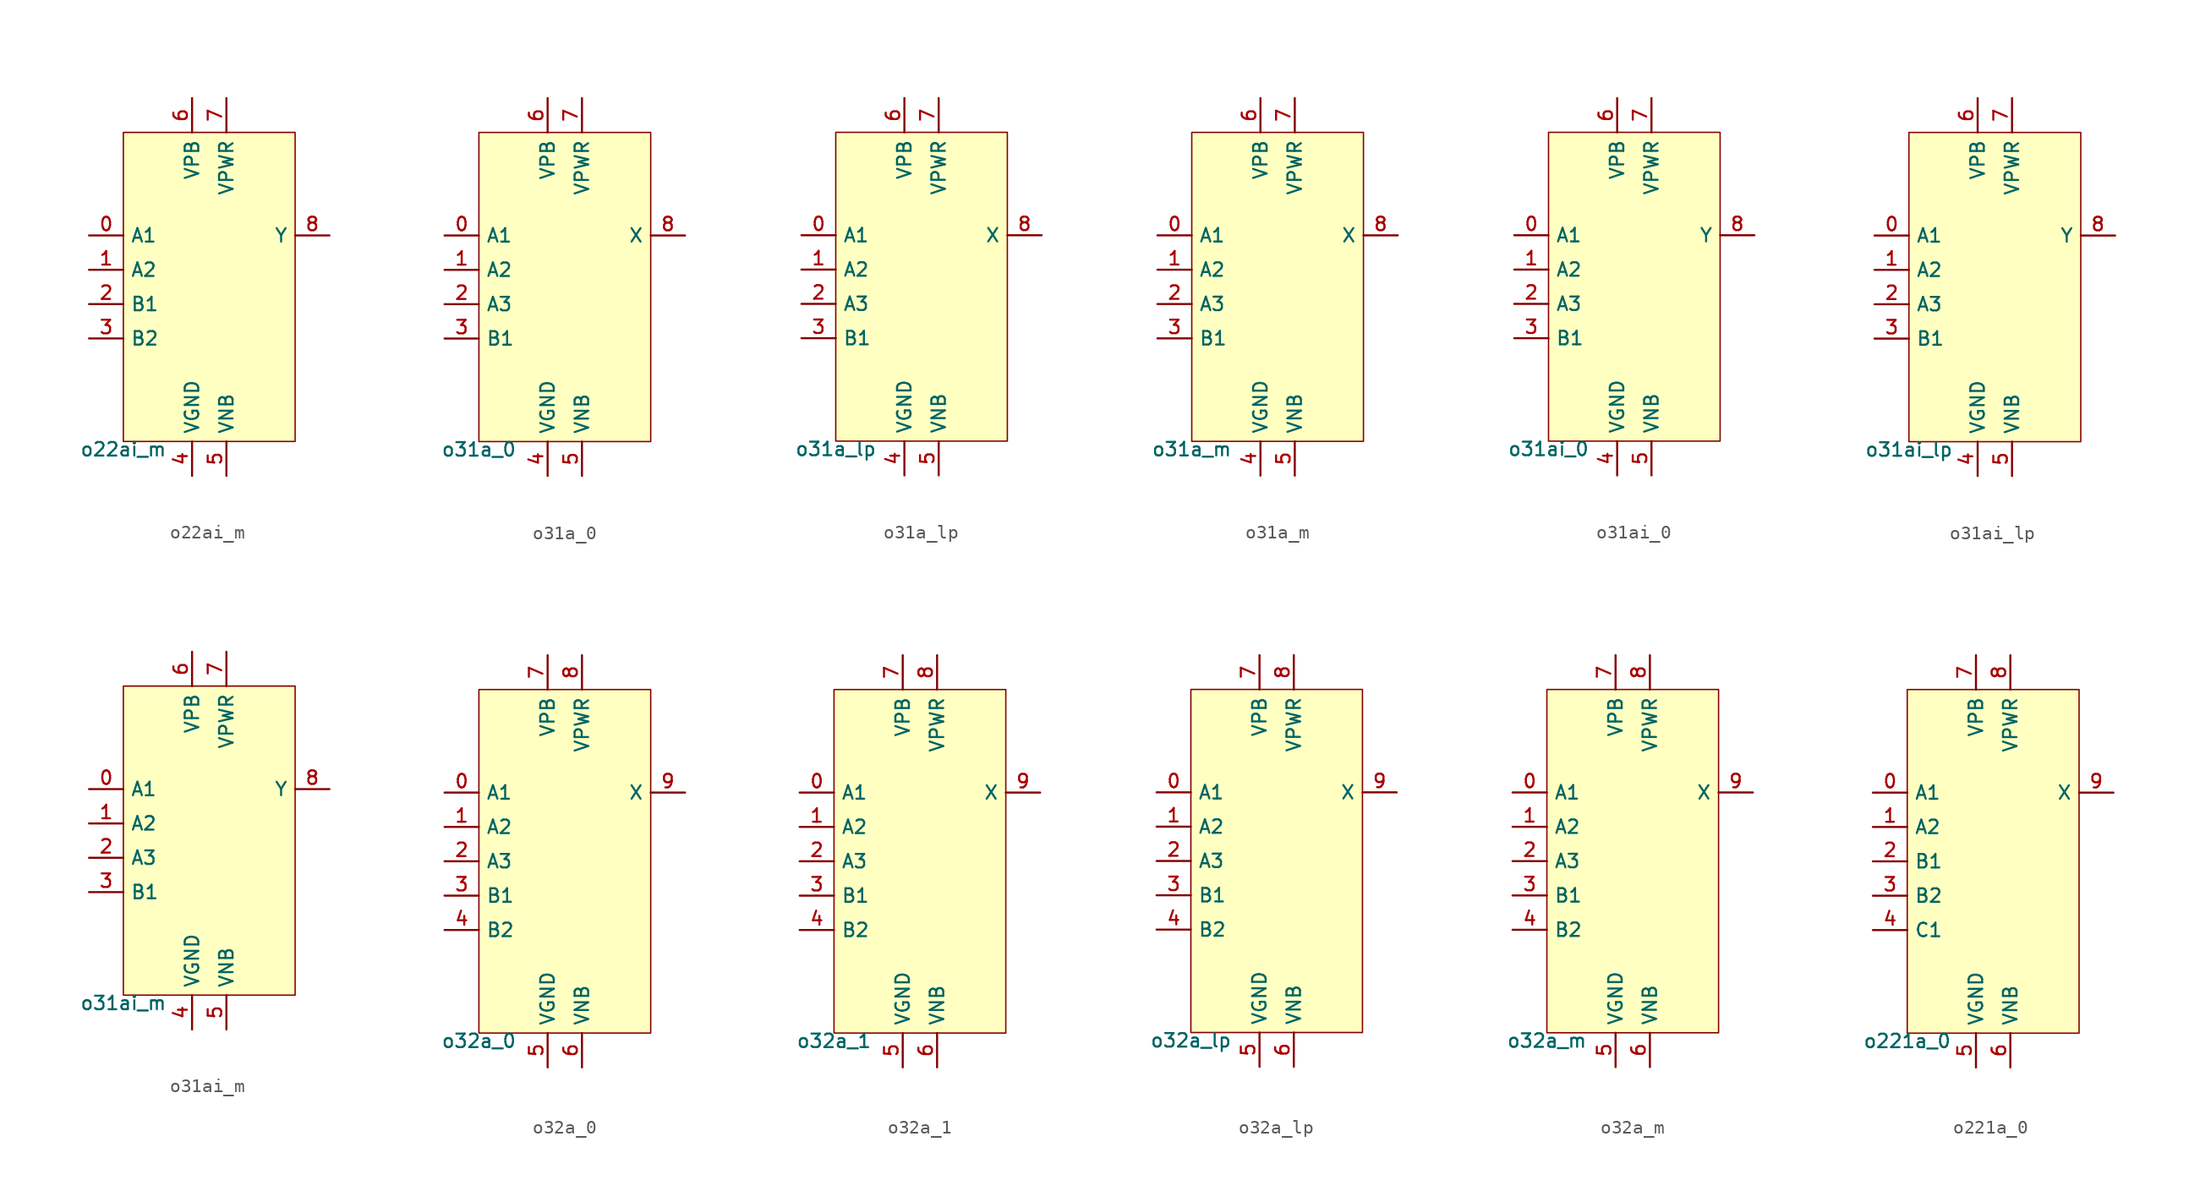
<source format=kicad_sym>
(kicad_symbol_lib
  (version 20211014)
  (generator pdk2kicad)
  (symbol "o22ai_m"
    (property "Reference" "X"
      (at 0 0 0)
      (effects (font (size 1 1)) hide))
    (property "Value" "o22ai_m"
      (at -6.35 -11.43 0)
      (effects (font (size 1 1)) (justify top)))
    (rectangle
      (start -6.35 -11.43)
      (end 6.35 11.43)
      (stroke (width 0.1) (type solid) (color 0 0 0 0))
      (fill (type background)))
    (pin input line
      (at -8.89 3.81 0)
      (length 2.54)
      (name "A1" (effects (font (size 1 1)) hide))
      (number "0" (effects (font (size 1 1)) hide)))
    (pin input line
      (at -8.89 1.27 0)
      (length 2.54)
      (name "A2" (effects (font (size 1 1)) hide))
      (number "1" (effects (font (size 1 1)) hide)))
    (pin input line
      (at -8.89 -1.27 0)
      (length 2.54)
      (name "B1" (effects (font (size 1 1)) hide))
      (number "2" (effects (font (size 1 1)) hide)))
    (pin input line
      (at -8.89 -3.81 0)
      (length 2.54)
      (name "B2" (effects (font (size 1 1)) hide))
      (number "3" (effects (font (size 1 1)) hide)))
    (pin power_in line
      (at -1.27 -13.97 90)
      (length 2.54)
      (name "VGND" (effects (font (size 1 1)) hide))
      (number "4" (effects (font (size 1 1)) hide)))
    (pin power_in line
      (at 1.27 -13.97 90)
      (length 2.54)
      (name "VNB" (effects (font (size 1 1)) hide))
      (number "5" (effects (font (size 1 1)) hide)))
    (pin power_in line
      (at -1.27 13.97 270)
      (length 2.54)
      (name "VPB" (effects (font (size 1 1)) hide))
      (number "6" (effects (font (size 1 1)) hide)))
    (pin power_in line
      (at 1.27 13.97 270)
      (length 2.54)
      (name "VPWR" (effects (font (size 1 1)) hide))
      (number "7" (effects (font (size 1 1)) hide)))
    (pin output line
      (at 8.89 3.81 180)
      (length 2.54)
      (name "Y" (effects (font (size 1 1)) hide))
      (number "8" (effects (font (size 1 1)) hide))))
  (symbol "o31a_0"
    (property "Reference" "X"
      (at 0 0 0)
      (effects (font (size 1 1)) hide))
    (property "Value" "o31a_0"
      (at -6.35 -11.43 0)
      (effects (font (size 1 1)) (justify top)))
    (rectangle
      (start -6.35 -11.43)
      (end 6.35 11.43)
      (stroke (width 0.1) (type solid) (color 0 0 0 0))
      (fill (type background)))
    (pin input line
      (at -8.89 3.81 0)
      (length 2.54)
      (name "A1" (effects (font (size 1 1)) hide))
      (number "0" (effects (font (size 1 1)) hide)))
    (pin input line
      (at -8.89 1.27 0)
      (length 2.54)
      (name "A2" (effects (font (size 1 1)) hide))
      (number "1" (effects (font (size 1 1)) hide)))
    (pin input line
      (at -8.89 -1.27 0)
      (length 2.54)
      (name "A3" (effects (font (size 1 1)) hide))
      (number "2" (effects (font (size 1 1)) hide)))
    (pin input line
      (at -8.89 -3.81 0)
      (length 2.54)
      (name "B1" (effects (font (size 1 1)) hide))
      (number "3" (effects (font (size 1 1)) hide)))
    (pin power_in line
      (at -1.27 -13.97 90)
      (length 2.54)
      (name "VGND" (effects (font (size 1 1)) hide))
      (number "4" (effects (font (size 1 1)) hide)))
    (pin power_in line
      (at 1.27 -13.97 90)
      (length 2.54)
      (name "VNB" (effects (font (size 1 1)) hide))
      (number "5" (effects (font (size 1 1)) hide)))
    (pin power_in line
      (at -1.27 13.97 270)
      (length 2.54)
      (name "VPB" (effects (font (size 1 1)) hide))
      (number "6" (effects (font (size 1 1)) hide)))
    (pin power_in line
      (at 1.27 13.97 270)
      (length 2.54)
      (name "VPWR" (effects (font (size 1 1)) hide))
      (number "7" (effects (font (size 1 1)) hide)))
    (pin output line
      (at 8.89 3.81 180)
      (length 2.54)
      (name "X" (effects (font (size 1 1)) hide))
      (number "8" (effects (font (size 1 1)) hide))))
  (symbol "o31a_lp"
    (property "Reference" "X"
      (at 0 0 0)
      (effects (font (size 1 1)) hide))
    (property "Value" "o31a_lp"
      (at -6.35 -11.43 0)
      (effects (font (size 1 1)) (justify top)))
    (rectangle
      (start -6.35 -11.43)
      (end 6.35 11.43)
      (stroke (width 0.1) (type solid) (color 0 0 0 0))
      (fill (type background)))
    (pin input line
      (at -8.89 3.81 0)
      (length 2.54)
      (name "A1" (effects (font (size 1 1)) hide))
      (number "0" (effects (font (size 1 1)) hide)))
    (pin input line
      (at -8.89 1.27 0)
      (length 2.54)
      (name "A2" (effects (font (size 1 1)) hide))
      (number "1" (effects (font (size 1 1)) hide)))
    (pin input line
      (at -8.89 -1.27 0)
      (length 2.54)
      (name "A3" (effects (font (size 1 1)) hide))
      (number "2" (effects (font (size 1 1)) hide)))
    (pin input line
      (at -8.89 -3.81 0)
      (length 2.54)
      (name "B1" (effects (font (size 1 1)) hide))
      (number "3" (effects (font (size 1 1)) hide)))
    (pin power_in line
      (at -1.27 -13.97 90)
      (length 2.54)
      (name "VGND" (effects (font (size 1 1)) hide))
      (number "4" (effects (font (size 1 1)) hide)))
    (pin power_in line
      (at 1.27 -13.97 90)
      (length 2.54)
      (name "VNB" (effects (font (size 1 1)) hide))
      (number "5" (effects (font (size 1 1)) hide)))
    (pin power_in line
      (at -1.27 13.97 270)
      (length 2.54)
      (name "VPB" (effects (font (size 1 1)) hide))
      (number "6" (effects (font (size 1 1)) hide)))
    (pin power_in line
      (at 1.27 13.97 270)
      (length 2.54)
      (name "VPWR" (effects (font (size 1 1)) hide))
      (number "7" (effects (font (size 1 1)) hide)))
    (pin output line
      (at 8.89 3.81 180)
      (length 2.54)
      (name "X" (effects (font (size 1 1)) hide))
      (number "8" (effects (font (size 1 1)) hide))))
  (symbol "o31a_m"
    (property "Reference" "X"
      (at 0 0 0)
      (effects (font (size 1 1)) hide))
    (property "Value" "o31a_m"
      (at -6.35 -11.43 0)
      (effects (font (size 1 1)) (justify top)))
    (rectangle
      (start -6.35 -11.43)
      (end 6.35 11.43)
      (stroke (width 0.1) (type solid) (color 0 0 0 0))
      (fill (type background)))
    (pin input line
      (at -8.89 3.81 0)
      (length 2.54)
      (name "A1" (effects (font (size 1 1)) hide))
      (number "0" (effects (font (size 1 1)) hide)))
    (pin input line
      (at -8.89 1.27 0)
      (length 2.54)
      (name "A2" (effects (font (size 1 1)) hide))
      (number "1" (effects (font (size 1 1)) hide)))
    (pin input line
      (at -8.89 -1.27 0)
      (length 2.54)
      (name "A3" (effects (font (size 1 1)) hide))
      (number "2" (effects (font (size 1 1)) hide)))
    (pin input line
      (at -8.89 -3.81 0)
      (length 2.54)
      (name "B1" (effects (font (size 1 1)) hide))
      (number "3" (effects (font (size 1 1)) hide)))
    (pin power_in line
      (at -1.27 -13.97 90)
      (length 2.54)
      (name "VGND" (effects (font (size 1 1)) hide))
      (number "4" (effects (font (size 1 1)) hide)))
    (pin power_in line
      (at 1.27 -13.97 90)
      (length 2.54)
      (name "VNB" (effects (font (size 1 1)) hide))
      (number "5" (effects (font (size 1 1)) hide)))
    (pin power_in line
      (at -1.27 13.97 270)
      (length 2.54)
      (name "VPB" (effects (font (size 1 1)) hide))
      (number "6" (effects (font (size 1 1)) hide)))
    (pin power_in line
      (at 1.27 13.97 270)
      (length 2.54)
      (name "VPWR" (effects (font (size 1 1)) hide))
      (number "7" (effects (font (size 1 1)) hide)))
    (pin output line
      (at 8.89 3.81 180)
      (length 2.54)
      (name "X" (effects (font (size 1 1)) hide))
      (number "8" (effects (font (size 1 1)) hide))))
  (symbol "o31ai_0"
    (property "Reference" "X"
      (at 0 0 0)
      (effects (font (size 1 1)) hide))
    (property "Value" "o31ai_0"
      (at -6.35 -11.43 0)
      (effects (font (size 1 1)) (justify top)))
    (rectangle
      (start -6.35 -11.43)
      (end 6.35 11.43)
      (stroke (width 0.1) (type solid) (color 0 0 0 0))
      (fill (type background)))
    (pin input line
      (at -8.89 3.81 0)
      (length 2.54)
      (name "A1" (effects (font (size 1 1)) hide))
      (number "0" (effects (font (size 1 1)) hide)))
    (pin input line
      (at -8.89 1.27 0)
      (length 2.54)
      (name "A2" (effects (font (size 1 1)) hide))
      (number "1" (effects (font (size 1 1)) hide)))
    (pin input line
      (at -8.89 -1.27 0)
      (length 2.54)
      (name "A3" (effects (font (size 1 1)) hide))
      (number "2" (effects (font (size 1 1)) hide)))
    (pin input line
      (at -8.89 -3.81 0)
      (length 2.54)
      (name "B1" (effects (font (size 1 1)) hide))
      (number "3" (effects (font (size 1 1)) hide)))
    (pin power_in line
      (at -1.27 -13.97 90)
      (length 2.54)
      (name "VGND" (effects (font (size 1 1)) hide))
      (number "4" (effects (font (size 1 1)) hide)))
    (pin power_in line
      (at 1.27 -13.97 90)
      (length 2.54)
      (name "VNB" (effects (font (size 1 1)) hide))
      (number "5" (effects (font (size 1 1)) hide)))
    (pin power_in line
      (at -1.27 13.97 270)
      (length 2.54)
      (name "VPB" (effects (font (size 1 1)) hide))
      (number "6" (effects (font (size 1 1)) hide)))
    (pin power_in line
      (at 1.27 13.97 270)
      (length 2.54)
      (name "VPWR" (effects (font (size 1 1)) hide))
      (number "7" (effects (font (size 1 1)) hide)))
    (pin output line
      (at 8.89 3.81 180)
      (length 2.54)
      (name "Y" (effects (font (size 1 1)) hide))
      (number "8" (effects (font (size 1 1)) hide))))
  (symbol "o31ai_lp"
    (property "Reference" "X"
      (at 0 0 0)
      (effects (font (size 1 1)) hide))
    (property "Value" "o31ai_lp"
      (at -6.35 -11.43 0)
      (effects (font (size 1 1)) (justify top)))
    (rectangle
      (start -6.35 -11.43)
      (end 6.35 11.43)
      (stroke (width 0.1) (type solid) (color 0 0 0 0))
      (fill (type background)))
    (pin input line
      (at -8.89 3.81 0)
      (length 2.54)
      (name "A1" (effects (font (size 1 1)) hide))
      (number "0" (effects (font (size 1 1)) hide)))
    (pin input line
      (at -8.89 1.27 0)
      (length 2.54)
      (name "A2" (effects (font (size 1 1)) hide))
      (number "1" (effects (font (size 1 1)) hide)))
    (pin input line
      (at -8.89 -1.27 0)
      (length 2.54)
      (name "A3" (effects (font (size 1 1)) hide))
      (number "2" (effects (font (size 1 1)) hide)))
    (pin input line
      (at -8.89 -3.81 0)
      (length 2.54)
      (name "B1" (effects (font (size 1 1)) hide))
      (number "3" (effects (font (size 1 1)) hide)))
    (pin power_in line
      (at -1.27 -13.97 90)
      (length 2.54)
      (name "VGND" (effects (font (size 1 1)) hide))
      (number "4" (effects (font (size 1 1)) hide)))
    (pin power_in line
      (at 1.27 -13.97 90)
      (length 2.54)
      (name "VNB" (effects (font (size 1 1)) hide))
      (number "5" (effects (font (size 1 1)) hide)))
    (pin power_in line
      (at -1.27 13.97 270)
      (length 2.54)
      (name "VPB" (effects (font (size 1 1)) hide))
      (number "6" (effects (font (size 1 1)) hide)))
    (pin power_in line
      (at 1.27 13.97 270)
      (length 2.54)
      (name "VPWR" (effects (font (size 1 1)) hide))
      (number "7" (effects (font (size 1 1)) hide)))
    (pin output line
      (at 8.89 3.81 180)
      (length 2.54)
      (name "Y" (effects (font (size 1 1)) hide))
      (number "8" (effects (font (size 1 1)) hide))))
  (symbol "o31ai_m"
    (property "Reference" "X"
      (at 0 0 0)
      (effects (font (size 1 1)) hide))
    (property "Value" "o31ai_m"
      (at -6.35 -11.43 0)
      (effects (font (size 1 1)) (justify top)))
    (rectangle
      (start -6.35 -11.43)
      (end 6.35 11.43)
      (stroke (width 0.1) (type solid) (color 0 0 0 0))
      (fill (type background)))
    (pin input line
      (at -8.89 3.81 0)
      (length 2.54)
      (name "A1" (effects (font (size 1 1)) hide))
      (number "0" (effects (font (size 1 1)) hide)))
    (pin input line
      (at -8.89 1.27 0)
      (length 2.54)
      (name "A2" (effects (font (size 1 1)) hide))
      (number "1" (effects (font (size 1 1)) hide)))
    (pin input line
      (at -8.89 -1.27 0)
      (length 2.54)
      (name "A3" (effects (font (size 1 1)) hide))
      (number "2" (effects (font (size 1 1)) hide)))
    (pin input line
      (at -8.89 -3.81 0)
      (length 2.54)
      (name "B1" (effects (font (size 1 1)) hide))
      (number "3" (effects (font (size 1 1)) hide)))
    (pin power_in line
      (at -1.27 -13.97 90)
      (length 2.54)
      (name "VGND" (effects (font (size 1 1)) hide))
      (number "4" (effects (font (size 1 1)) hide)))
    (pin power_in line
      (at 1.27 -13.97 90)
      (length 2.54)
      (name "VNB" (effects (font (size 1 1)) hide))
      (number "5" (effects (font (size 1 1)) hide)))
    (pin power_in line
      (at -1.27 13.97 270)
      (length 2.54)
      (name "VPB" (effects (font (size 1 1)) hide))
      (number "6" (effects (font (size 1 1)) hide)))
    (pin power_in line
      (at 1.27 13.97 270)
      (length 2.54)
      (name "VPWR" (effects (font (size 1 1)) hide))
      (number "7" (effects (font (size 1 1)) hide)))
    (pin output line
      (at 8.89 3.81 180)
      (length 2.54)
      (name "Y" (effects (font (size 1 1)) hide))
      (number "8" (effects (font (size 1 1)) hide))))
  (symbol "o32a_0"
    (property "Reference" "X"
      (at 0 0 0)
      (effects (font (size 1 1)) hide))
    (property "Value" "o32a_0"
      (at -6.35 -12.7 0)
      (effects (font (size 1 1)) (justify top)))
    (rectangle
      (start -6.35 -12.7)
      (end 6.35 12.7)
      (stroke (width 0.1) (type solid) (color 0 0 0 0))
      (fill (type background)))
    (pin input line
      (at -8.89 5.08 0)
      (length 2.54)
      (name "A1" (effects (font (size 1 1)) hide))
      (number "0" (effects (font (size 1 1)) hide)))
    (pin input line
      (at -8.89 2.54 0)
      (length 2.54)
      (name "A2" (effects (font (size 1 1)) hide))
      (number "1" (effects (font (size 1 1)) hide)))
    (pin input line
      (at -8.89 -8.881784197001252e-16 0)
      (length 2.54)
      (name "A3" (effects (font (size 1 1)) hide))
      (number "2" (effects (font (size 1 1)) hide)))
    (pin input line
      (at -8.89 -2.54 0)
      (length 2.54)
      (name "B1" (effects (font (size 1 1)) hide))
      (number "3" (effects (font (size 1 1)) hide)))
    (pin input line
      (at -8.89 -5.08 0)
      (length 2.54)
      (name "B2" (effects (font (size 1 1)) hide))
      (number "4" (effects (font (size 1 1)) hide)))
    (pin power_in line
      (at -1.27 -15.24 90)
      (length 2.54)
      (name "VGND" (effects (font (size 1 1)) hide))
      (number "5" (effects (font (size 1 1)) hide)))
    (pin power_in line
      (at 1.27 -15.24 90)
      (length 2.54)
      (name "VNB" (effects (font (size 1 1)) hide))
      (number "6" (effects (font (size 1 1)) hide)))
    (pin power_in line
      (at -1.27 15.24 270)
      (length 2.54)
      (name "VPB" (effects (font (size 1 1)) hide))
      (number "7" (effects (font (size 1 1)) hide)))
    (pin power_in line
      (at 1.27 15.24 270)
      (length 2.54)
      (name "VPWR" (effects (font (size 1 1)) hide))
      (number "8" (effects (font (size 1 1)) hide)))
    (pin output line
      (at 8.89 5.08 180)
      (length 2.54)
      (name "X" (effects (font (size 1 1)) hide))
      (number "9" (effects (font (size 1 1)) hide))))
  (symbol "o32a_1"
    (property "Reference" "X"
      (at 0 0 0)
      (effects (font (size 1 1)) hide))
    (property "Value" "o32a_1"
      (at -6.35 -12.7 0)
      (effects (font (size 1 1)) (justify top)))
    (rectangle
      (start -6.35 -12.7)
      (end 6.35 12.7)
      (stroke (width 0.1) (type solid) (color 0 0 0 0))
      (fill (type background)))
    (pin input line
      (at -8.89 5.08 0)
      (length 2.54)
      (name "A1" (effects (font (size 1 1)) hide))
      (number "0" (effects (font (size 1 1)) hide)))
    (pin input line
      (at -8.89 2.54 0)
      (length 2.54)
      (name "A2" (effects (font (size 1 1)) hide))
      (number "1" (effects (font (size 1 1)) hide)))
    (pin input line
      (at -8.89 -8.881784197001252e-16 0)
      (length 2.54)
      (name "A3" (effects (font (size 1 1)) hide))
      (number "2" (effects (font (size 1 1)) hide)))
    (pin input line
      (at -8.89 -2.54 0)
      (length 2.54)
      (name "B1" (effects (font (size 1 1)) hide))
      (number "3" (effects (font (size 1 1)) hide)))
    (pin input line
      (at -8.89 -5.08 0)
      (length 2.54)
      (name "B2" (effects (font (size 1 1)) hide))
      (number "4" (effects (font (size 1 1)) hide)))
    (pin power_in line
      (at -1.27 -15.24 90)
      (length 2.54)
      (name "VGND" (effects (font (size 1 1)) hide))
      (number "5" (effects (font (size 1 1)) hide)))
    (pin power_in line
      (at 1.27 -15.24 90)
      (length 2.54)
      (name "VNB" (effects (font (size 1 1)) hide))
      (number "6" (effects (font (size 1 1)) hide)))
    (pin power_in line
      (at -1.27 15.24 270)
      (length 2.54)
      (name "VPB" (effects (font (size 1 1)) hide))
      (number "7" (effects (font (size 1 1)) hide)))
    (pin power_in line
      (at 1.27 15.24 270)
      (length 2.54)
      (name "VPWR" (effects (font (size 1 1)) hide))
      (number "8" (effects (font (size 1 1)) hide)))
    (pin output line
      (at 8.89 5.08 180)
      (length 2.54)
      (name "X" (effects (font (size 1 1)) hide))
      (number "9" (effects (font (size 1 1)) hide))))
  (symbol "o32a_lp"
    (property "Reference" "X"
      (at 0 0 0)
      (effects (font (size 1 1)) hide))
    (property "Value" "o32a_lp"
      (at -6.35 -12.7 0)
      (effects (font (size 1 1)) (justify top)))
    (rectangle
      (start -6.35 -12.7)
      (end 6.35 12.7)
      (stroke (width 0.1) (type solid) (color 0 0 0 0))
      (fill (type background)))
    (pin input line
      (at -8.89 5.08 0)
      (length 2.54)
      (name "A1" (effects (font (size 1 1)) hide))
      (number "0" (effects (font (size 1 1)) hide)))
    (pin input line
      (at -8.89 2.54 0)
      (length 2.54)
      (name "A2" (effects (font (size 1 1)) hide))
      (number "1" (effects (font (size 1 1)) hide)))
    (pin input line
      (at -8.89 -8.881784197001252e-16 0)
      (length 2.54)
      (name "A3" (effects (font (size 1 1)) hide))
      (number "2" (effects (font (size 1 1)) hide)))
    (pin input line
      (at -8.89 -2.54 0)
      (length 2.54)
      (name "B1" (effects (font (size 1 1)) hide))
      (number "3" (effects (font (size 1 1)) hide)))
    (pin input line
      (at -8.89 -5.08 0)
      (length 2.54)
      (name "B2" (effects (font (size 1 1)) hide))
      (number "4" (effects (font (size 1 1)) hide)))
    (pin power_in line
      (at -1.27 -15.24 90)
      (length 2.54)
      (name "VGND" (effects (font (size 1 1)) hide))
      (number "5" (effects (font (size 1 1)) hide)))
    (pin power_in line
      (at 1.27 -15.24 90)
      (length 2.54)
      (name "VNB" (effects (font (size 1 1)) hide))
      (number "6" (effects (font (size 1 1)) hide)))
    (pin power_in line
      (at -1.27 15.24 270)
      (length 2.54)
      (name "VPB" (effects (font (size 1 1)) hide))
      (number "7" (effects (font (size 1 1)) hide)))
    (pin power_in line
      (at 1.27 15.24 270)
      (length 2.54)
      (name "VPWR" (effects (font (size 1 1)) hide))
      (number "8" (effects (font (size 1 1)) hide)))
    (pin output line
      (at 8.89 5.08 180)
      (length 2.54)
      (name "X" (effects (font (size 1 1)) hide))
      (number "9" (effects (font (size 1 1)) hide))))
  (symbol "o32a_m"
    (property "Reference" "X"
      (at 0 0 0)
      (effects (font (size 1 1)) hide))
    (property "Value" "o32a_m"
      (at -6.35 -12.7 0)
      (effects (font (size 1 1)) (justify top)))
    (rectangle
      (start -6.35 -12.7)
      (end 6.35 12.7)
      (stroke (width 0.1) (type solid) (color 0 0 0 0))
      (fill (type background)))
    (pin input line
      (at -8.89 5.08 0)
      (length 2.54)
      (name "A1" (effects (font (size 1 1)) hide))
      (number "0" (effects (font (size 1 1)) hide)))
    (pin input line
      (at -8.89 2.54 0)
      (length 2.54)
      (name "A2" (effects (font (size 1 1)) hide))
      (number "1" (effects (font (size 1 1)) hide)))
    (pin input line
      (at -8.89 -8.881784197001252e-16 0)
      (length 2.54)
      (name "A3" (effects (font (size 1 1)) hide))
      (number "2" (effects (font (size 1 1)) hide)))
    (pin input line
      (at -8.89 -2.54 0)
      (length 2.54)
      (name "B1" (effects (font (size 1 1)) hide))
      (number "3" (effects (font (size 1 1)) hide)))
    (pin input line
      (at -8.89 -5.08 0)
      (length 2.54)
      (name "B2" (effects (font (size 1 1)) hide))
      (number "4" (effects (font (size 1 1)) hide)))
    (pin power_in line
      (at -1.27 -15.24 90)
      (length 2.54)
      (name "VGND" (effects (font (size 1 1)) hide))
      (number "5" (effects (font (size 1 1)) hide)))
    (pin power_in line
      (at 1.27 -15.24 90)
      (length 2.54)
      (name "VNB" (effects (font (size 1 1)) hide))
      (number "6" (effects (font (size 1 1)) hide)))
    (pin power_in line
      (at -1.27 15.24 270)
      (length 2.54)
      (name "VPB" (effects (font (size 1 1)) hide))
      (number "7" (effects (font (size 1 1)) hide)))
    (pin power_in line
      (at 1.27 15.24 270)
      (length 2.54)
      (name "VPWR" (effects (font (size 1 1)) hide))
      (number "8" (effects (font (size 1 1)) hide)))
    (pin output line
      (at 8.89 5.08 180)
      (length 2.54)
      (name "X" (effects (font (size 1 1)) hide))
      (number "9" (effects (font (size 1 1)) hide))))
  (symbol "o221a_0"
    (property "Reference" "X"
      (at 0 0 0)
      (effects (font (size 1 1)) hide))
    (property "Value" "o221a_0"
      (at -6.35 -12.7 0)
      (effects (font (size 1 1)) (justify top)))
    (rectangle
      (start -6.35 -12.7)
      (end 6.35 12.7)
      (stroke (width 0.1) (type solid) (color 0 0 0 0))
      (fill (type background)))
    (pin input line
      (at -8.89 5.08 0)
      (length 2.54)
      (name "A1" (effects (font (size 1 1)) hide))
      (number "0" (effects (font (size 1 1)) hide)))
    (pin input line
      (at -8.89 2.54 0)
      (length 2.54)
      (name "A2" (effects (font (size 1 1)) hide))
      (number "1" (effects (font (size 1 1)) hide)))
    (pin input line
      (at -8.89 -8.881784197001252e-16 0)
      (length 2.54)
      (name "B1" (effects (font (size 1 1)) hide))
      (number "2" (effects (font (size 1 1)) hide)))
    (pin input line
      (at -8.89 -2.54 0)
      (length 2.54)
      (name "B2" (effects (font (size 1 1)) hide))
      (number "3" (effects (font (size 1 1)) hide)))
    (pin input line
      (at -8.89 -5.08 0)
      (length 2.54)
      (name "C1" (effects (font (size 1 1)) hide))
      (number "4" (effects (font (size 1 1)) hide)))
    (pin power_in line
      (at -1.27 -15.24 90)
      (length 2.54)
      (name "VGND" (effects (font (size 1 1)) hide))
      (number "5" (effects (font (size 1 1)) hide)))
    (pin power_in line
      (at 1.27 -15.24 90)
      (length 2.54)
      (name "VNB" (effects (font (size 1 1)) hide))
      (number "6" (effects (font (size 1 1)) hide)))
    (pin power_in line
      (at -1.27 15.24 270)
      (length 2.54)
      (name "VPB" (effects (font (size 1 1)) hide))
      (number "7" (effects (font (size 1 1)) hide)))
    (pin power_in line
      (at 1.27 15.24 270)
      (length 2.54)
      (name "VPWR" (effects (font (size 1 1)) hide))
      (number "8" (effects (font (size 1 1)) hide)))
    (pin output line
      (at 8.89 5.08 180)
      (length 2.54)
      (name "X" (effects (font (size 1 1)) hide))
      (number "9" (effects (font (size 1 1)) hide)))))
</source>
